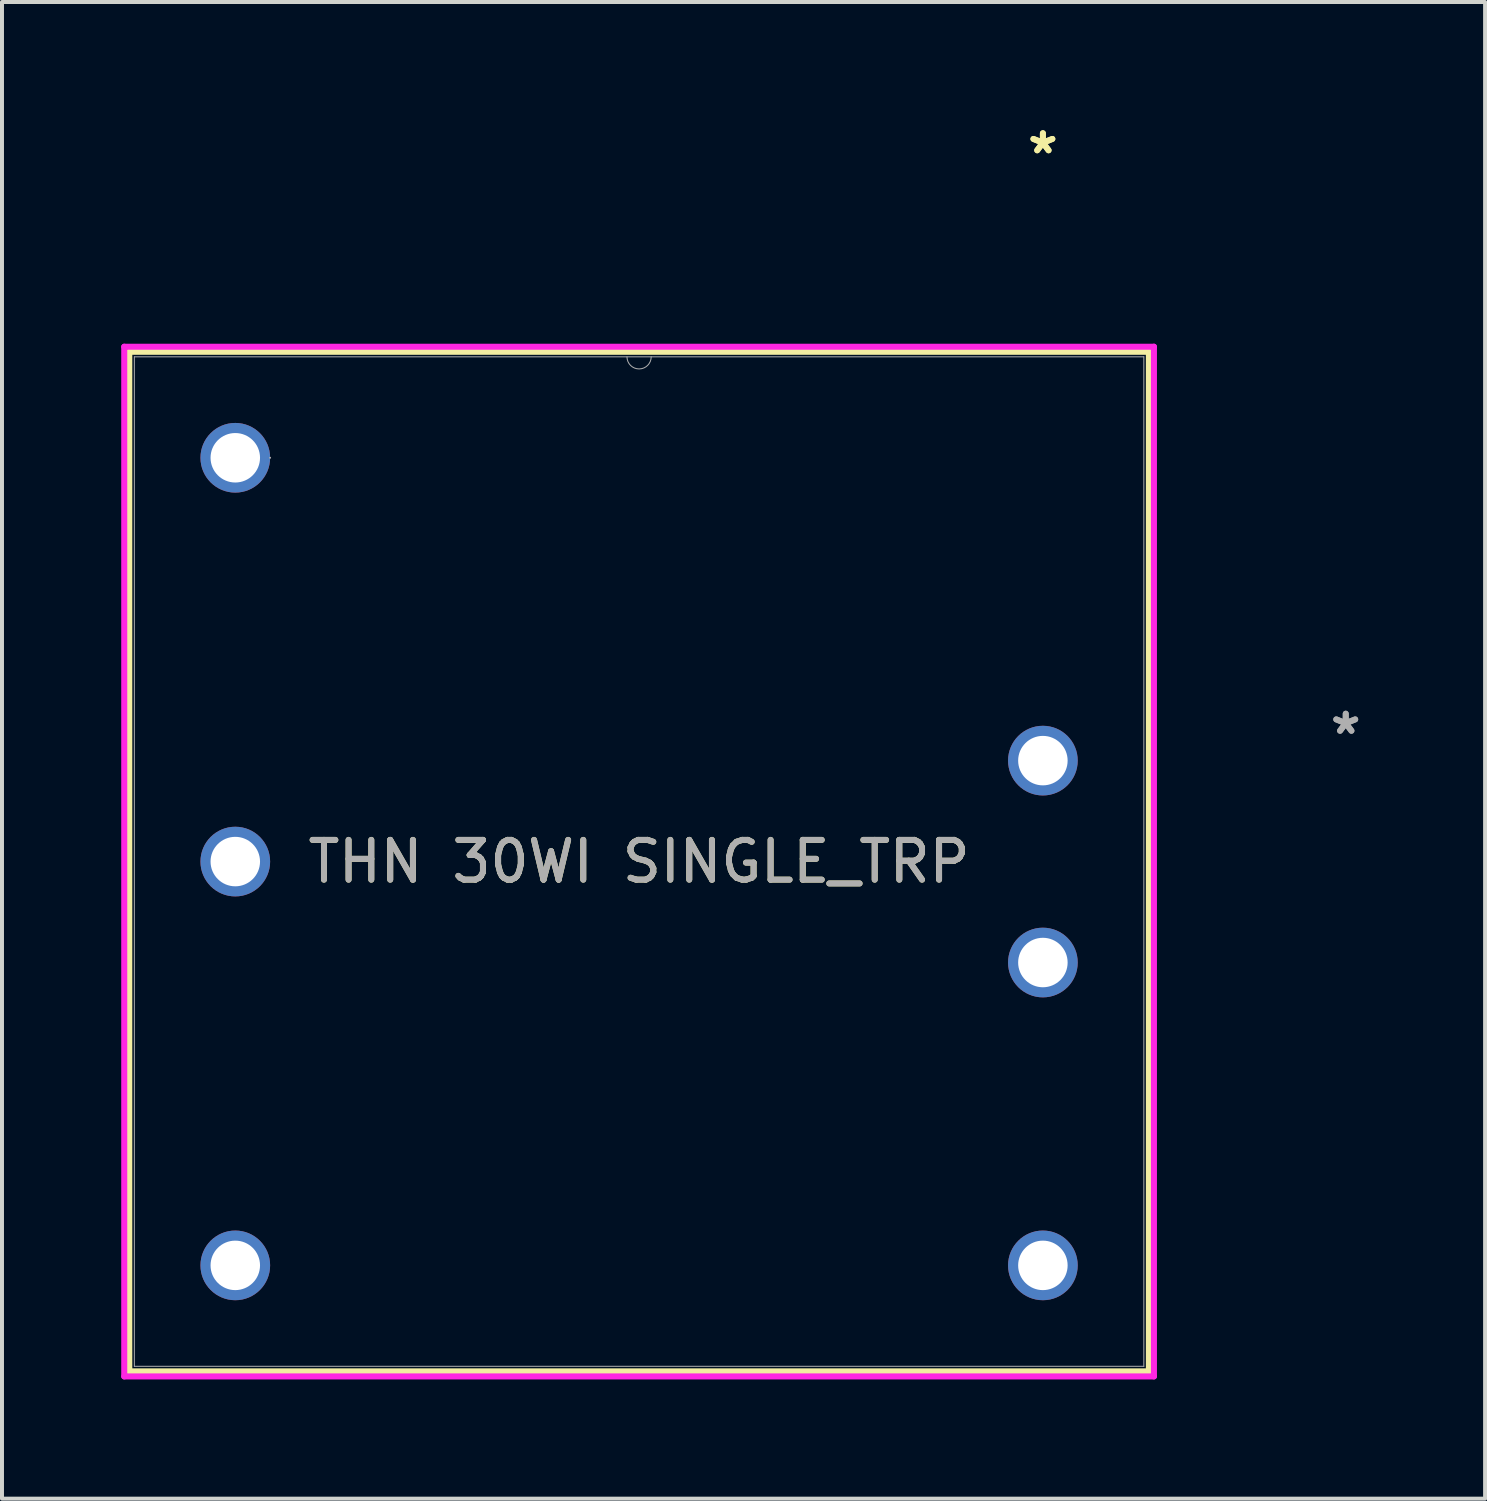
<source format=kicad_pcb>
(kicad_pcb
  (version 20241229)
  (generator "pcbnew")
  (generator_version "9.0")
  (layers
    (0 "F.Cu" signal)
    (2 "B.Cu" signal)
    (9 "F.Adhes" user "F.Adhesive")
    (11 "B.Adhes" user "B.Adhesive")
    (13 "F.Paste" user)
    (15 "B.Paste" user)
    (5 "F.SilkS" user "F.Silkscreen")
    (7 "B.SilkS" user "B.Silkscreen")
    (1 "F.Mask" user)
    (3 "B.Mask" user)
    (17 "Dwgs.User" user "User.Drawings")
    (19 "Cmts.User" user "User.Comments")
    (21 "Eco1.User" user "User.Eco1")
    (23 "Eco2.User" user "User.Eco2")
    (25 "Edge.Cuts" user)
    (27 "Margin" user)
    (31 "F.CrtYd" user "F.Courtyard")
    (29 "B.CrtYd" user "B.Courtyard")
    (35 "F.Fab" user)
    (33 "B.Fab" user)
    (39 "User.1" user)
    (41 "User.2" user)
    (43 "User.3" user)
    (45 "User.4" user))
  (footprint "THN 30WI SINGLE_TRP"
    (layer "F.Cu")
    (at 23.19 16.088)
    (property "Reference" "THN 30WI SINGLE_TRP" (at -10.16 2.54 0) (unlocked yes) (layer "F.SilkS") (effects (font (size 1 1) (thickness 0.15))))
    (attr through_hole)
    (fp_line (start -22.987 -10.287) (end -22.987 15.367) (stroke (width 0.152) (type solid)) (layer "F.SilkS"))
    (fp_line (start -22.987 15.367) (end 2.667 15.367) (stroke (width 0.152) (type solid)) (layer "F.SilkS"))
    (fp_line (start 2.667 -10.287) (end -22.987 -10.287) (stroke (width 0.152) (type solid)) (layer "F.SilkS"))
    (fp_line (start 2.667 15.367) (end 2.667 -10.287) (stroke (width 0.152) (type solid)) (layer "F.SilkS"))
    (fp_line (start -23.114 -10.414) (end 2.794 -10.414) (stroke (width 0.152) (type solid)) (layer "F.CrtYd"))
    (fp_line (start -23.114 15.494) (end -23.114 -10.414) (stroke (width 0.152) (type solid)) (layer "F.CrtYd"))
    (fp_line (start 2.794 -10.414) (end 2.794 15.494) (stroke (width 0.152) (type solid)) (layer "F.CrtYd"))
    (fp_line (start 2.794 15.494) (end -23.114 15.494) (stroke (width 0.152) (type solid)) (layer "F.CrtYd"))
    (fp_line (start -22.86 -10.16) (end -22.86 15.24) (stroke (width 0.025) (type solid)) (layer "F.Fab"))
    (fp_line (start -22.86 15.24) (end 2.54 15.24) (stroke (width 0.025) (type solid)) (layer "F.Fab"))
    (fp_line (start 2.54 -10.16) (end -22.86 -10.16) (stroke (width 0.025) (type solid)) (layer "F.Fab"))
    (fp_line (start 2.54 15.24) (end 2.54 -10.16) (stroke (width 0.025) (type solid)) (layer "F.Fab"))
    (fp_arc (start -9.8552 -10.16) (mid -10.16 -9.8552) (end -10.4648 -10.16) (stroke (width 0.0254) (type solid)) (layer "F.Fab"))
    (fp_circle (center -19.444 -7.62) (end -19.444 -7.62) (stroke (width 0.025) (type solid)) (fill no) (layer "F.Fab"))
    (fp_text user "*" (at 0 -15.24 0) (layer "F.SilkS") (effects (font (size 1 1) (thickness 0.15))))
    (fp_text user "*" (at 0 -15.24 0) (unlocked yes) (layer "F.SilkS") (effects (font (size 1 1) (thickness 0.15))))
    (fp_text user "*" (at 7.62 -0.635 0) (layer "F.Fab") (effects (font (size 1 1) (thickness 0.15))))
    (fp_text user "${REFERENCE}" (at -10.16 2.54 0) (unlocked yes) (layer "F.Fab") (effects (font (size 1 1) (thickness 0.15))))
    (fp_text user "*" (at 7.62 -0.635 0) (unlocked yes) (layer "F.Fab") (effects (font (size 1 1) (thickness 0.15))))
    (pad "1" thru_hole circle (at 0 0) (size 1.753 1.753) (drill 1.245) (layers "*.Cu" "*.Mask"))
    (pad "2" thru_hole circle (at 0 5.08) (size 1.753 1.753) (drill 1.245) (layers "*.Cu" "*.Mask"))
    (pad "3" thru_hole circle (at -20.32 -7.62) (size 1.753 1.753) (drill 1.245) (layers "*.Cu" "*.Mask"))
    (pad "4" thru_hole circle (at -20.32 2.54) (size 1.753 1.753) (drill 1.245) (layers "*.Cu" "*.Mask"))
    (pad "5" thru_hole circle (at -20.32 12.7) (size 1.753 1.753) (drill 1.245) (layers "*.Cu" "*.Mask"))
    (pad "6" thru_hole circle (at 0 12.7) (size 1.753 1.753) (drill 1.245) (layers "*.Cu" "*.Mask")))
  (gr_rect
    (start -3 -3)
    (end 34.316 34.658)
    (stroke (width 0.1) (type default))
    (fill no)
    (layer "Edge.Cuts")))
</source>
